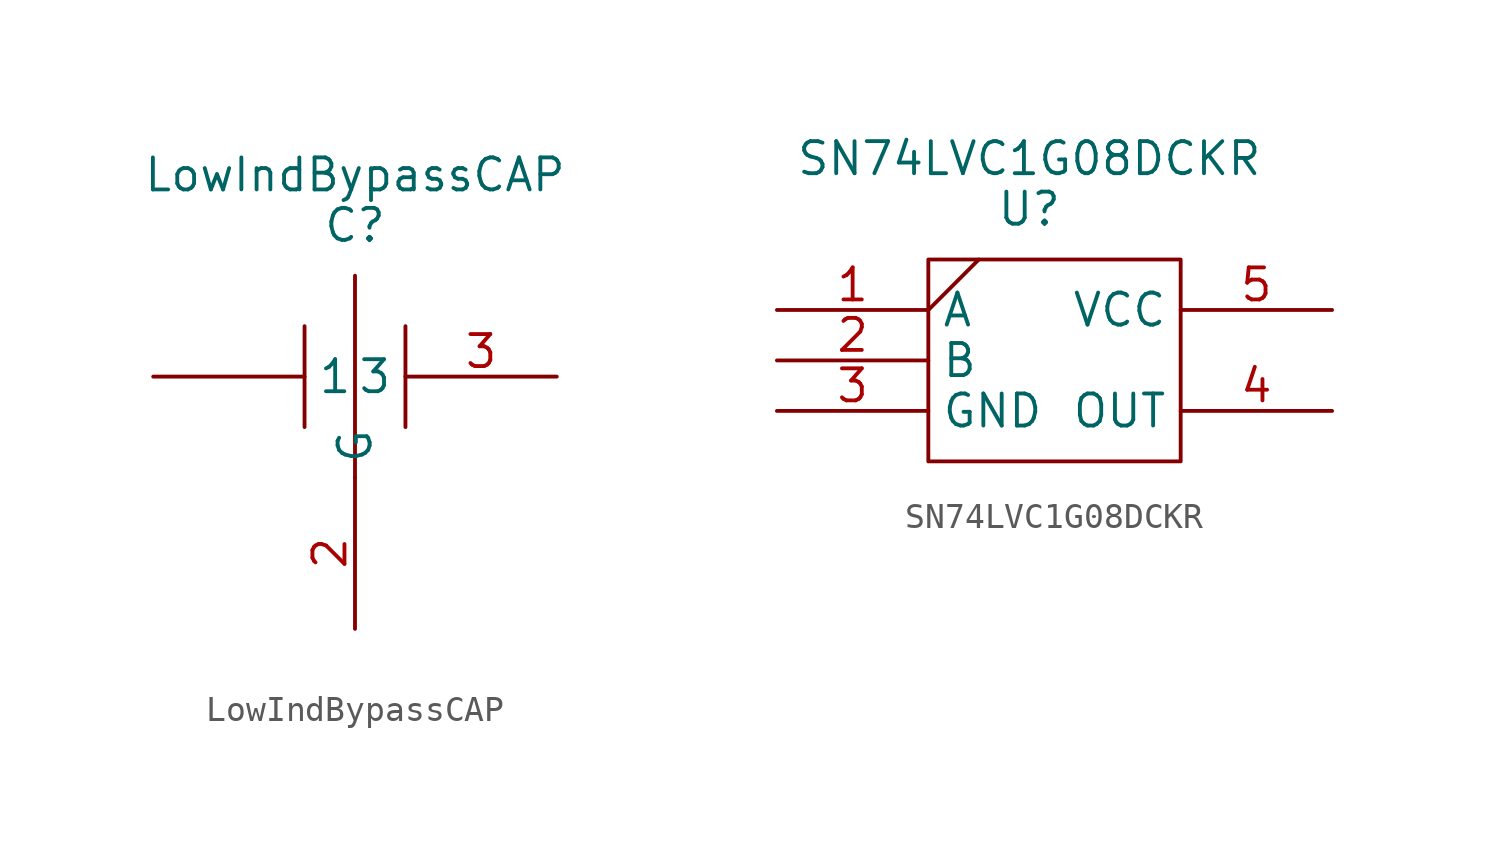
<source format=kicad_sym>
(kicad_symbol_lib
  (version 20211014)
  (generator kicad_symbol_editor)
  (symbol "LowIndBypassCAP"
    (property "Reference" "C"
      (at 0 6 0)
      (effects (font (size 1.27 1.27))))
    (property "Value" "LowIndBypassCAP"
      (at 0 8 0)
      (effects (font (size 1.27 1.27))))
    (symbol "LowIndBypassCAP_0_1"
      (polyline (pts (xy 0 -4) (xy 0 4)) (stroke (width 0) (type default) (color 0 0 0 0)) (fill (type none)))
      (polyline (pts (xy -2 0) (xy -2 2) (xy -2 -2)) (stroke (width 0) (type default) (color 0 0 0 0)) (fill (type none)))
      (polyline (pts (xy 2 0) (xy 2 2) (xy 2 -2)) (stroke (width 0) (type default) (color 0 0 0 0)) (fill (type none))))
    (symbol "LowIndBypassCAP_1_1"
      (pin passive line (at -8 0 0) (length 6) (name "1" (effects (font (size 1.27 1.27)))) (number "" (effects (font (size 1.27 1.27)))))
      (pin passive line (at 0 -10 90) (length 6) (name "G" (effects (font (size 1.27 1.27)))) (number "2" (effects (font (size 1.27 1.27)))))
      (pin passive line (at 8 0 180) (length 6) (name "3" (effects (font (size 1.27 1.27)))) (number "3" (effects (font (size 1.27 1.27)))))))
  (symbol "SN74LVC1G08DCKR"
    (property "Reference" "U"
      (at 0 4 0)
      (effects (font (size 1.27 1.27))))
    (property "Value" "SN74LVC1G08DCKR"
      (at 0 6 0)
      (effects (font (size 1.27 1.27))))
    (symbol "SN74LVC1G08DCKR_0_1"
      (polyline (pts (xy -4 0) (xy -2 2)) (stroke (width 0) (type default) (color 0 0 0 0)) (fill (type none)))
      (polyline (pts (xy -4 2) (xy -4 -6) (xy 6 -6) (xy 6 2) (xy -4 2)) (stroke (width 0) (type default) (color 0 0 0 0)) (fill (type none))))
    (symbol "SN74LVC1G08DCKR_1_1"
      (pin input line (at -10 0 0) (length 6) (name "A" (effects (font (size 1.27 1.27)))) (number "1" (effects (font (size 1.27 1.27)))))
      (pin input line (at -10 -2 0) (length 6) (name "B" (effects (font (size 1.27 1.27)))) (number "2" (effects (font (size 1.27 1.27)))))
      (pin input line (at -10 -4 0) (length 6) (name "GND" (effects (font (size 1.27 1.27)))) (number "3" (effects (font (size 1.27 1.27)))))
      (pin input line (at 12 -4 180) (length 6) (name "OUT" (effects (font (size 1.27 1.27)))) (number "4" (effects (font (size 1.27 1.27)))))
      (pin input line (at 12 0 180) (length 6) (name "VCC" (effects (font (size 1.27 1.27)))) (number "5" (effects (font (size 1.27 1.27))))))))
</source>
